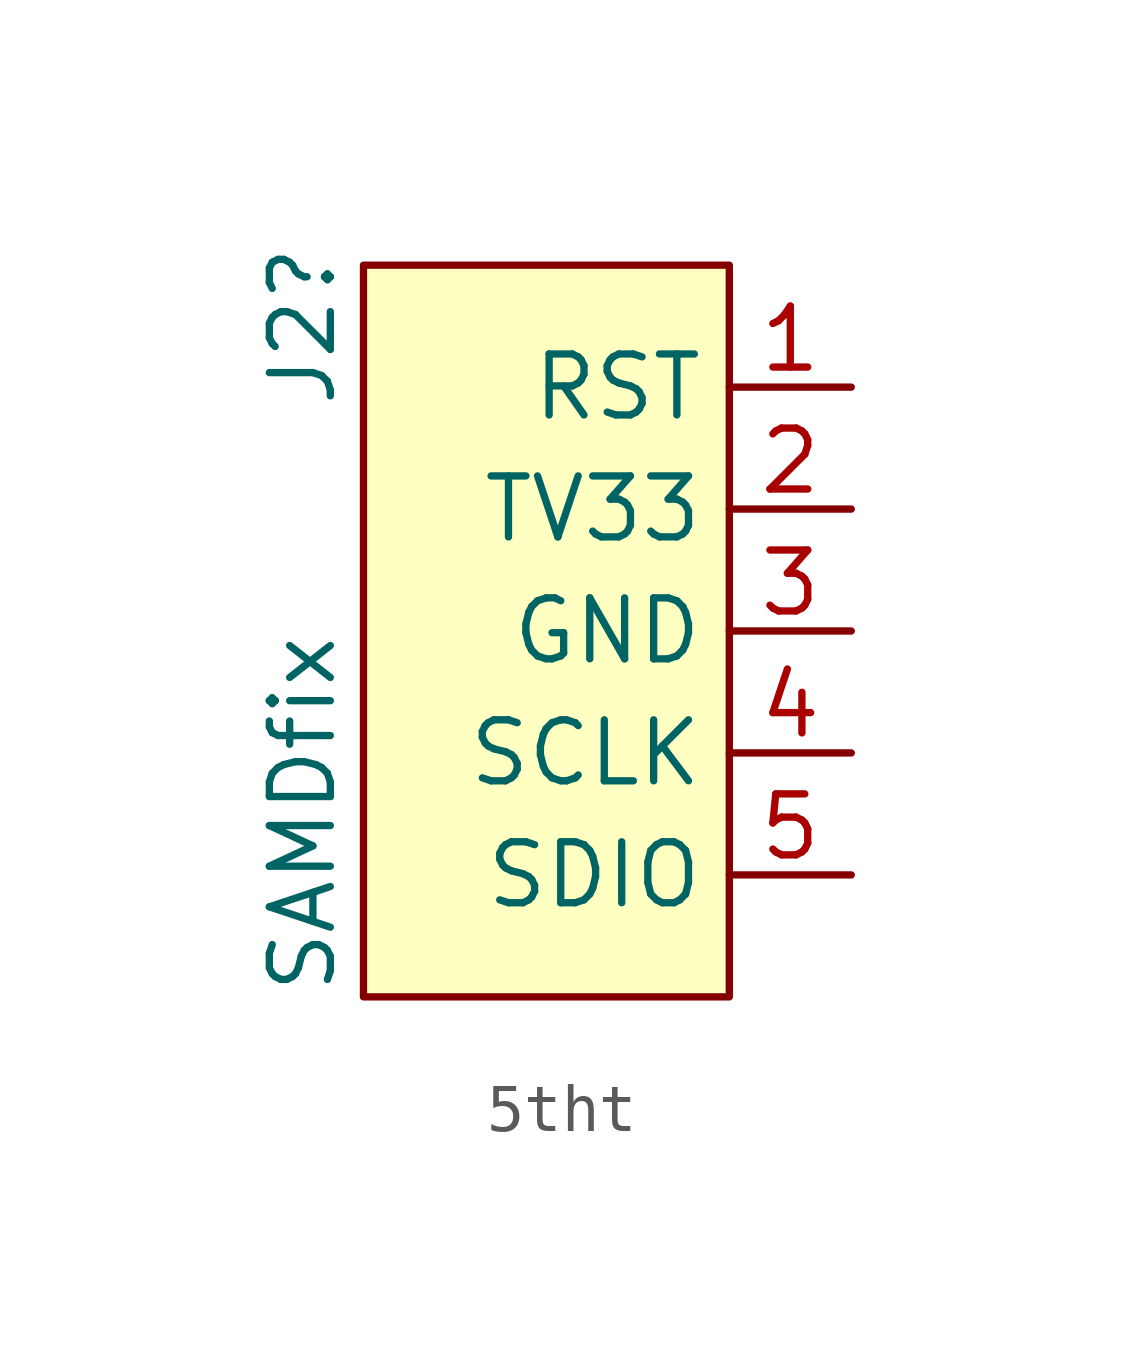
<source format=kicad_sym>
(kicad_symbol_lib
  (version 20220914)
  (generator kicad_symbol_editor)
  (symbol "5tht"
    (property "Reference" "J2"
      (at -5.08 6.35 90)
      (effects (font (size 1.27 1.27))))
    (property "Value" "SAMDfix"
      (at -5.08 -3.81 90)
      (effects (font (size 1.27 1.27))))
    (symbol "5tht_1_1"
      (rectangle (start -3.81 7.62) (end 3.81 -7.62) (stroke (width 0) (type default)) (fill (type background)))
      (pin bidirectional line (at 6.35 5.08 180) (length 2.54) (name "RST" (effects (font (size 1.27 1.27)))) (number "1" (effects (font (size 1.27 1.27)))))
      (pin bidirectional line (at 6.35 2.54 180) (length 2.54) (name "TV33" (effects (font (size 1.27 1.27)))) (number "2" (effects (font (size 1.27 1.27)))))
      (pin bidirectional line (at 6.35 0 180) (length 2.54) (name "GND" (effects (font (size 1.27 1.27)))) (number "3" (effects (font (size 1.27 1.27)))))
      (pin bidirectional line (at 6.35 -2.54 180) (length 2.54) (name "SCLK" (effects (font (size 1.27 1.27)))) (number "4" (effects (font (size 1.27 1.27)))))
      (pin bidirectional line (at 6.35 -5.08 180) (length 2.54) (name "SDIO" (effects (font (size 1.27 1.27)))) (number "5" (effects (font (size 1.27 1.27))))))))
</source>
